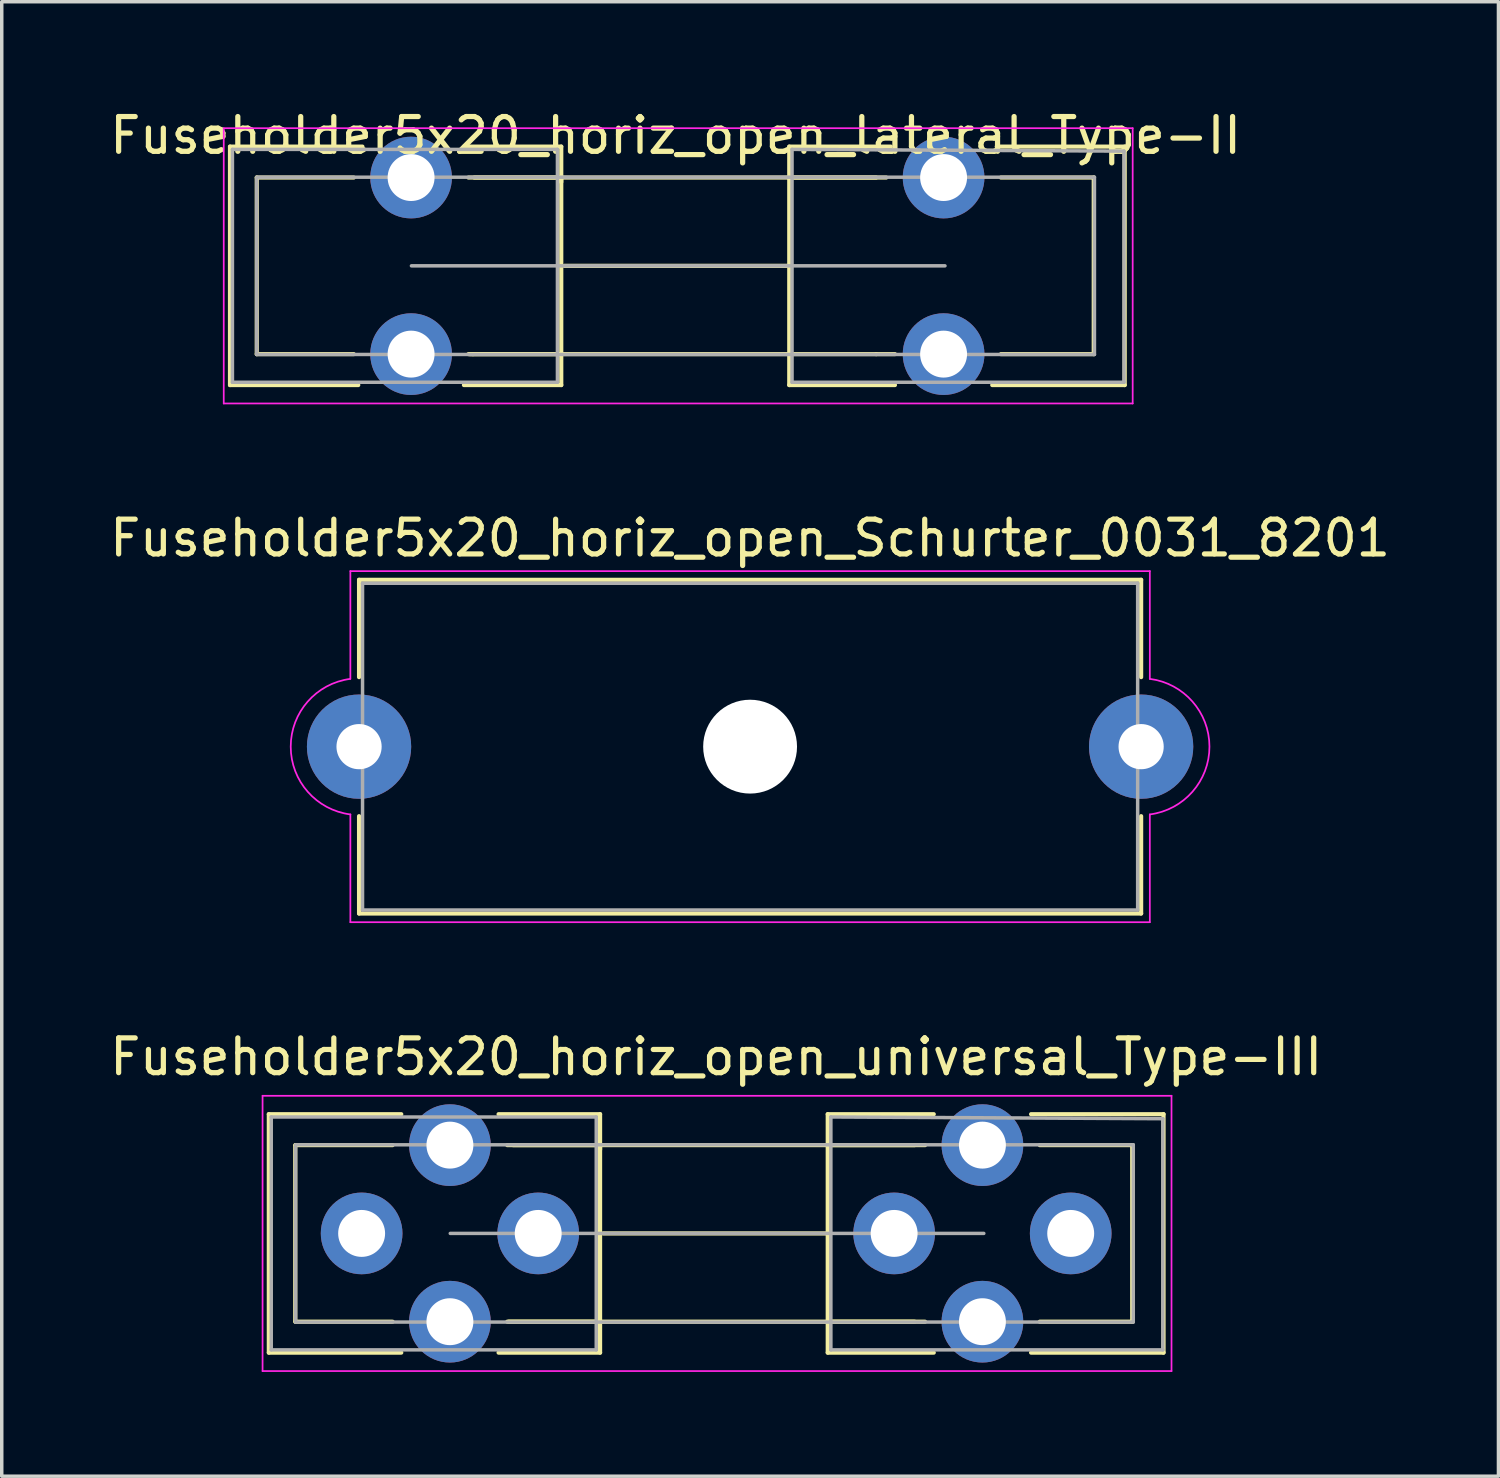
<source format=kicad_pcb>
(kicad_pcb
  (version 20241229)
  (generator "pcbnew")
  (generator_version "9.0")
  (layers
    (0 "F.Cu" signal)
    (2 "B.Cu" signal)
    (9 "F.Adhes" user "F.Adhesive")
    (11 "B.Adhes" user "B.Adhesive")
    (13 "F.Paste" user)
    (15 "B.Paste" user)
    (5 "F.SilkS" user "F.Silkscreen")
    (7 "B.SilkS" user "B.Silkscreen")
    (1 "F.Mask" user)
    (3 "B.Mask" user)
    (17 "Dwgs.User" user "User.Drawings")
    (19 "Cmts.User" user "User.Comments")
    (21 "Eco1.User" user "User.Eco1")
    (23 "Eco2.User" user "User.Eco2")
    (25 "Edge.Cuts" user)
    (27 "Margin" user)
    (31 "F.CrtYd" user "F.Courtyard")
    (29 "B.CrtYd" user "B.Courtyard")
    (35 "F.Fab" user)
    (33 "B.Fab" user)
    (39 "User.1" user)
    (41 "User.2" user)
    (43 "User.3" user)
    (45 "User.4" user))
  (footprint "Fuseholder5x20_horiz_open_universal_Type-III"
    (layer "F.Cu")
    (at 7.354 32.435)
    (property "Reference" "Fuseholder5x20_horiz_open_universal_Type-III" (at 10.2 -5.08 0) (layer "F.SilkS") (effects (font (size 1 1) (thickness 0.15))))
    (attr through_hole)
    (fp_line (start -2.67 -3.43) (end -2.67 3.43) (stroke (width 0.12) (type solid)) (layer "F.SilkS"))
    (fp_line (start -2.67 -3.43) (end 1.14 -3.43) (stroke (width 0.12) (type solid)) (layer "F.SilkS"))
    (fp_line (start -2.67 3.43) (end 1.14 3.43) (stroke (width 0.12) (type solid)) (layer "F.SilkS"))
    (fp_line (start -1.91 -2.54) (end -1.91 2.54) (stroke (width 0.12) (type solid)) (layer "F.SilkS"))
    (fp_line (start -1.9 -2.54) (end 0.89 -2.54) (stroke (width 0.12) (type solid)) (layer "F.SilkS"))
    (fp_line (start -1.9 2.54) (end 0.89 2.54) (stroke (width 0.12) (type solid)) (layer "F.SilkS"))
    (fp_line (start 4.36 -2.54) (end 15.91 -2.54) (stroke (width 0.12) (type solid)) (layer "F.SilkS"))
    (fp_line (start 6.86 -3.43) (end 3.94 -3.43) (stroke (width 0.12) (type solid)) (layer "F.SilkS"))
    (fp_line (start 6.86 -3.43) (end 6.86 -2.41) (stroke (width 0.12) (type solid)) (layer "F.SilkS"))
    (fp_line (start 6.86 -2.54) (end 4.19 -2.54) (stroke (width 0.12) (type solid)) (layer "F.SilkS"))
    (fp_line (start 6.86 0) (end 6.86 -2.54) (stroke (width 0.12) (type solid)) (layer "F.SilkS"))
    (fp_line (start 6.86 2.54) (end 4.19 2.54) (stroke (width 0.12) (type solid)) (layer "F.SilkS"))
    (fp_line (start 6.86 2.54) (end 6.86 0) (stroke (width 0.12) (type solid)) (layer "F.SilkS"))
    (fp_line (start 6.86 3.43) (end 3.94 3.43) (stroke (width 0.12) (type solid)) (layer "F.SilkS"))
    (fp_line (start 6.86 3.43) (end 6.86 2.54) (stroke (width 0.12) (type solid)) (layer "F.SilkS"))
    (fp_line (start 6.95 0) (end 13.45 0) (stroke (width 0.12) (type solid)) (layer "F.SilkS"))
    (fp_line (start 13.41 -3.43) (end 13.41 -2.54) (stroke (width 0.12) (type solid)) (layer "F.SilkS"))
    (fp_line (start 13.41 -3.43) (end 16.46 -3.43) (stroke (width 0.12) (type solid)) (layer "F.SilkS"))
    (fp_line (start 13.41 -2.54) (end 16.21 -2.54) (stroke (width 0.12) (type solid)) (layer "F.SilkS"))
    (fp_line (start 13.41 0) (end 13.41 -2.54) (stroke (width 0.12) (type solid)) (layer "F.SilkS"))
    (fp_line (start 13.41 2.54) (end 13.41 0) (stroke (width 0.12) (type solid)) (layer "F.SilkS"))
    (fp_line (start 13.41 2.54) (end 16.21 2.54) (stroke (width 0.12) (type solid)) (layer "F.SilkS"))
    (fp_line (start 13.41 3.43) (end 13.41 2.54) (stroke (width 0.12) (type solid)) (layer "F.SilkS"))
    (fp_line (start 13.41 3.43) (end 16.46 3.43) (stroke (width 0.12) (type solid)) (layer "F.SilkS"))
    (fp_line (start 15.91 2.54) (end 4.23 2.54) (stroke (width 0.12) (type solid)) (layer "F.SilkS"))
    (fp_line (start 22.17 -2.54) (end 22.17 2.54) (stroke (width 0.12) (type solid)) (layer "F.SilkS"))
    (fp_line (start 22.18 -2.54) (end 19.51 -2.54) (stroke (width 0.12) (type solid)) (layer "F.SilkS"))
    (fp_line (start 22.18 2.54) (end 19.51 2.54) (stroke (width 0.12) (type solid)) (layer "F.SilkS"))
    (fp_line (start 23.07 -3.43) (end 19.26 -3.43) (stroke (width 0.12) (type solid)) (layer "F.SilkS"))
    (fp_line (start 23.07 -3.43) (end 23.07 3.43) (stroke (width 0.12) (type solid)) (layer "F.SilkS"))
    (fp_line (start 23.07 3.43) (end 19.26 3.43) (stroke (width 0.12) (type solid)) (layer "F.SilkS"))
    (fp_line (start -2.85 -3.96) (end -2.85 3.96) (stroke (width 0.05) (type solid)) (layer "F.CrtYd"))
    (fp_line (start -2.85 -3.96) (end 23.3 -3.96) (stroke (width 0.05) (type solid)) (layer "F.CrtYd"))
    (fp_line (start 23.3 3.96) (end -2.85 3.96) (stroke (width 0.05) (type solid)) (layer "F.CrtYd"))
    (fp_line (start 23.3 3.96) (end 23.3 -3.96) (stroke (width 0.05) (type solid)) (layer "F.CrtYd"))
    (fp_line (start -2.6 -3.35) (end 6.75 -3.35) (stroke (width 0.1) (type solid)) (layer "F.Fab"))
    (fp_line (start -2.6 3.35) (end -2.6 -3.35) (stroke (width 0.1) (type solid)) (layer "F.Fab"))
    (fp_line (start -1.9 -2.55) (end 22.2 -2.55) (stroke (width 0.1) (type solid)) (layer "F.Fab"))
    (fp_line (start -1.9 2.55) (end -1.9 -2.5) (stroke (width 0.1) (type solid)) (layer "F.Fab"))
    (fp_line (start 2.55 0) (end 17.9 0) (stroke (width 0.1) (type solid)) (layer "F.Fab"))
    (fp_line (start 6.75 -3.35) (end 6.75 3.35) (stroke (width 0.1) (type solid)) (layer "F.Fab"))
    (fp_line (start 6.75 3.35) (end -2.6 3.35) (stroke (width 0.1) (type solid)) (layer "F.Fab"))
    (fp_line (start 13.5 -3.35) (end 13.5 3.35) (stroke (width 0.1) (type solid)) (layer "F.Fab"))
    (fp_line (start 13.5 3.35) (end 23.05 3.35) (stroke (width 0.1) (type solid)) (layer "F.Fab"))
    (fp_line (start 22.2 -2.55) (end 22.2 2.55) (stroke (width 0.1) (type solid)) (layer "F.Fab"))
    (fp_line (start 22.2 2.55) (end -1.9 2.55) (stroke (width 0.1) (type solid)) (layer "F.Fab"))
    (fp_line (start 23.05 -3.3) (end 13.5 -3.35) (stroke (width 0.1) (type solid)) (layer "F.Fab"))
    (fp_line (start 23.05 3.35) (end 23.05 -3.3) (stroke (width 0.1) (type solid)) (layer "F.Fab"))
    (pad "1" thru_hole circle (at 0 0) (size 2.35 2.35) (drill 1.35) (layers "*.Cu" "*.Mask"))
    (pad "1" thru_hole circle (at 2.54 -2.54) (size 2.35 2.35) (drill 1.35) (layers "*.Cu" "*.Mask"))
    (pad "1" thru_hole circle (at 2.54 2.54) (size 2.35 2.35) (drill 1.35) (layers "*.Cu" "*.Mask"))
    (pad "1" thru_hole circle (at 5.08 0) (size 2.35 2.35) (drill 1.35) (layers "*.Cu" "*.Mask"))
    (pad "2" thru_hole circle (at 15.32 0) (size 2.35 2.35) (drill 1.35) (layers "*.Cu" "*.Mask"))
    (pad "2" thru_hole circle (at 17.86 -2.54) (size 2.35 2.35) (drill 1.35) (layers "*.Cu" "*.Mask"))
    (pad "2" thru_hole circle (at 17.86 2.54) (size 2.35 2.35) (drill 1.35) (layers "*.Cu" "*.Mask"))
    (pad "2" thru_hole circle (at 20.4 0) (size 2.35 2.35) (drill 1.35) (layers "*.Cu" "*.Mask")))
  (footprint "Fuseholder5x20_horiz_open_Schurter_0031_8201"
    (layer "F.Cu")
    (at 7.28 18.431)
    (property "Reference" "Fuseholder5x20_horiz_open_Schurter_0031_8201" (at 11.25 -6 0) (layer "F.SilkS") (effects (font (size 1 1) (thickness 0.15))))
    (attr through_hole)
    (fp_line (start 0 -4.8) (end 22.5 -4.8) (stroke (width 0.12) (type solid)) (layer "F.SilkS"))
    (fp_line (start 0 -2) (end 0 -4.8) (stroke (width 0.12) (type solid)) (layer "F.SilkS"))
    (fp_line (start 0 4.8) (end 0 2) (stroke (width 0.12) (type solid)) (layer "F.SilkS"))
    (fp_line (start 0 4.8) (end 22.5 4.8) (stroke (width 0.12) (type solid)) (layer "F.SilkS"))
    (fp_line (start 22.5 -2) (end 22.5 -4.8) (stroke (width 0.12) (type solid)) (layer "F.SilkS"))
    (fp_line (start 22.5 4.8) (end 22.5 2) (stroke (width 0.12) (type solid)) (layer "F.SilkS"))
    (fp_line (start -0.25 -5.05) (end 22.75 -5.05) (stroke (width 0.05) (type solid)) (layer "F.CrtYd"))
    (fp_line (start -0.25 -1.95) (end -0.25 -5.05) (stroke (width 0.05) (type solid)) (layer "F.CrtYd"))
    (fp_line (start -0.25 5.05) (end -0.25 1.95) (stroke (width 0.05) (type solid)) (layer "F.CrtYd"))
    (fp_line (start 22.75 -1.95) (end 22.75 -5.05) (stroke (width 0.05) (type solid)) (layer "F.CrtYd"))
    (fp_line (start 22.75 1.95) (end 22.75 5.05) (stroke (width 0.05) (type solid)) (layer "F.CrtYd"))
    (fp_line (start 22.75 5.05) (end -0.25 5.05) (stroke (width 0.05) (type solid)) (layer "F.CrtYd"))
    (fp_arc (start -0.25 1.95) (mid -1.96596 0.001518) (end -0.253011 -1.949612) (stroke (width 0.05) (type solid)) (layer "F.CrtYd"))
    (fp_arc (start 22.75 -1.95) (mid 24.46596 -0.001518) (end 22.753011 1.949612) (stroke (width 0.05) (type solid)) (layer "F.CrtYd"))
    (fp_line (start 0.1 -4.7) (end 0.1 4.7) (stroke (width 0.1) (type solid)) (layer "F.Fab"))
    (fp_line (start 0.1 4.7) (end 22.4 4.7) (stroke (width 0.1) (type solid)) (layer "F.Fab"))
    (fp_line (start 22.4 -4.7) (end 0.1 -4.7) (stroke (width 0.1) (type solid)) (layer "F.Fab"))
    (fp_line (start 22.4 4.7) (end 22.4 -4.7) (stroke (width 0.1) (type solid)) (layer "F.Fab"))
    (pad "" np_thru_hole circle (at 11.25 0) (size 2.7 2.7) (drill 2.7) (layers "*.Cu" "*.Mask"))
    (pad "1" thru_hole circle (at 0 0) (size 3 3) (drill 1.3) (layers "*.Cu" "*.Mask"))
    (pad "2" thru_hole circle (at 22.5 0) (size 3 3) (drill 1.3) (layers "*.Cu" "*.Mask")))
  (footprint "Fuseholder5x20_horiz_open_lateral_Type-II"
    (layer "F.Cu")
    (at 8.777 2.058)
    (property "Reference" "Fuseholder5x20_horiz_open_lateral_Type-II" (at 7.61 -1.21 0) (layer "F.SilkS") (effects (font (size 1 1) (thickness 0.15))))
    (attr through_hole)
    (fp_line (start -5.21 -0.89) (end -5.21 5.97) (stroke (width 0.12) (type solid)) (layer "F.SilkS"))
    (fp_line (start -5.21 -0.89) (end -1.4 -0.89) (stroke (width 0.12) (type solid)) (layer "F.SilkS"))
    (fp_line (start -5.21 5.97) (end -1.52 5.97) (stroke (width 0.12) (type solid)) (layer "F.SilkS"))
    (fp_line (start -4.44 0) (end -4.44 5.08) (stroke (width 0.12) (type solid)) (layer "F.SilkS"))
    (fp_line (start -4.44 0) (end -1.65 0) (stroke (width 0.12) (type solid)) (layer "F.SilkS"))
    (fp_line (start -4.44 5.08) (end -1.65 5.08) (stroke (width 0.12) (type solid)) (layer "F.SilkS"))
    (fp_line (start 1.78 5.08) (end 1.65 5.08) (stroke (width 0.12) (type solid)) (layer "F.SilkS"))
    (fp_line (start 1.78 5.08) (end 4.32 5.08) (stroke (width 0.12) (type solid)) (layer "F.SilkS"))
    (fp_line (start 1.82 0) (end 13.38 0) (stroke (width 0.12) (type solid)) (layer "F.SilkS"))
    (fp_line (start 4.32 -0.89) (end 1.52 -0.89) (stroke (width 0.12) (type solid)) (layer "F.SilkS"))
    (fp_line (start 4.32 -0.89) (end 4.32 0.13) (stroke (width 0.12) (type solid)) (layer "F.SilkS"))
    (fp_line (start 4.32 0) (end 1.65 0) (stroke (width 0.12) (type solid)) (layer "F.SilkS"))
    (fp_line (start 4.32 2.54) (end 4.32 0) (stroke (width 0.12) (type solid)) (layer "F.SilkS"))
    (fp_line (start 4.32 5.08) (end 4.32 2.54) (stroke (width 0.12) (type solid)) (layer "F.SilkS"))
    (fp_line (start 4.32 5.97) (end 1.52 5.97) (stroke (width 0.12) (type solid)) (layer "F.SilkS"))
    (fp_line (start 4.32 5.97) (end 4.32 5.08) (stroke (width 0.12) (type solid)) (layer "F.SilkS"))
    (fp_line (start 10.88 -0.89) (end 10.88 0) (stroke (width 0.12) (type solid)) (layer "F.SilkS"))
    (fp_line (start 10.88 -0.89) (end 13.8 -0.89) (stroke (width 0.12) (type solid)) (layer "F.SilkS"))
    (fp_line (start 10.88 0) (end 13.67 0) (stroke (width 0.12) (type solid)) (layer "F.SilkS"))
    (fp_line (start 10.88 2.54) (end 10.88 0) (stroke (width 0.12) (type solid)) (layer "F.SilkS"))
    (fp_line (start 10.88 5.08) (end 10.88 2.54) (stroke (width 0.12) (type solid)) (layer "F.SilkS"))
    (fp_line (start 10.88 5.97) (end 10.88 5.08) (stroke (width 0.12) (type solid)) (layer "F.SilkS"))
    (fp_line (start 10.88 5.97) (end 13.92 5.97) (stroke (width 0.12) (type solid)) (layer "F.SilkS"))
    (fp_line (start 10.91 2.54) (end 4.41 2.54) (stroke (width 0.12) (type solid)) (layer "F.SilkS"))
    (fp_line (start 13.38 5.08) (end 1.69 5.08) (stroke (width 0.12) (type solid)) (layer "F.SilkS"))
    (fp_line (start 13.38 5.08) (end 13.92 5.08) (stroke (width 0.12) (type solid)) (layer "F.SilkS"))
    (fp_line (start 19.64 0) (end 16.97 0) (stroke (width 0.12) (type solid)) (layer "F.SilkS"))
    (fp_line (start 19.64 0) (end 19.64 5.08) (stroke (width 0.12) (type solid)) (layer "F.SilkS"))
    (fp_line (start 19.64 5.08) (end 16.97 5.08) (stroke (width 0.12) (type solid)) (layer "F.SilkS"))
    (fp_line (start 20.53 -0.89) (end 16.85 -0.89) (stroke (width 0.12) (type solid)) (layer "F.SilkS"))
    (fp_line (start 20.53 -0.89) (end 20.53 5.97) (stroke (width 0.12) (type solid)) (layer "F.SilkS"))
    (fp_line (start 20.53 5.97) (end 16.72 5.97) (stroke (width 0.12) (type solid)) (layer "F.SilkS"))
    (fp_line (start -5.39 -1.42) (end -5.39 6.5) (stroke (width 0.05) (type solid)) (layer "F.CrtYd"))
    (fp_line (start -5.39 -1.42) (end 20.76 -1.42) (stroke (width 0.05) (type solid)) (layer "F.CrtYd"))
    (fp_line (start 20.76 6.5) (end -5.39 6.5) (stroke (width 0.05) (type solid)) (layer "F.CrtYd"))
    (fp_line (start 20.76 6.5) (end 20.76 -1.42) (stroke (width 0.05) (type solid)) (layer "F.CrtYd"))
    (fp_line (start -5.14 -0.81) (end 4.21 -0.81) (stroke (width 0.1) (type solid)) (layer "F.Fab"))
    (fp_line (start -5.14 5.89) (end -5.14 -0.81) (stroke (width 0.1) (type solid)) (layer "F.Fab"))
    (fp_line (start -4.44 -0.01) (end 19.66 -0.01) (stroke (width 0.1) (type solid)) (layer "F.Fab"))
    (fp_line (start -4.44 5.09) (end -4.44 0.04) (stroke (width 0.1) (type solid)) (layer "F.Fab"))
    (fp_line (start 0.01 2.54) (end 15.36 2.54) (stroke (width 0.1) (type solid)) (layer "F.Fab"))
    (fp_line (start 4.21 -0.81) (end 4.21 5.89) (stroke (width 0.1) (type solid)) (layer "F.Fab"))
    (fp_line (start 4.21 5.89) (end -5.14 5.89) (stroke (width 0.1) (type solid)) (layer "F.Fab"))
    (fp_line (start 10.96 -0.81) (end 10.96 5.89) (stroke (width 0.1) (type solid)) (layer "F.Fab"))
    (fp_line (start 10.96 5.89) (end 20.51 5.89) (stroke (width 0.1) (type solid)) (layer "F.Fab"))
    (fp_line (start 19.66 -0.01) (end 19.66 5.09) (stroke (width 0.1) (type solid)) (layer "F.Fab"))
    (fp_line (start 19.66 5.09) (end -4.44 5.09) (stroke (width 0.1) (type solid)) (layer "F.Fab"))
    (fp_line (start 20.51 -0.76) (end 10.96 -0.81) (stroke (width 0.1) (type solid)) (layer "F.Fab"))
    (fp_line (start 20.51 5.89) (end 20.51 -0.76) (stroke (width 0.1) (type solid)) (layer "F.Fab"))
    (pad "1" thru_hole circle (at 0 0) (size 2.35 2.35) (drill 1.35) (layers "*.Cu" "*.Mask"))
    (pad "1" thru_hole circle (at 0 5.08) (size 2.35 2.35) (drill 1.35) (layers "*.Cu" "*.Mask"))
    (pad "2" thru_hole circle (at 15.32 0) (size 2.35 2.35) (drill 1.35) (layers "*.Cu" "*.Mask"))
    (pad "2" thru_hole circle (at 15.32 5.08) (size 2.35 2.35) (drill 1.35) (layers "*.Cu" "*.Mask")))
  (gr_rect
    (start -3 -3)
    (end 40.06 39.42)
    (stroke (width 0.1) (type default))
    (fill no)
    (layer "Edge.Cuts")))
</source>
